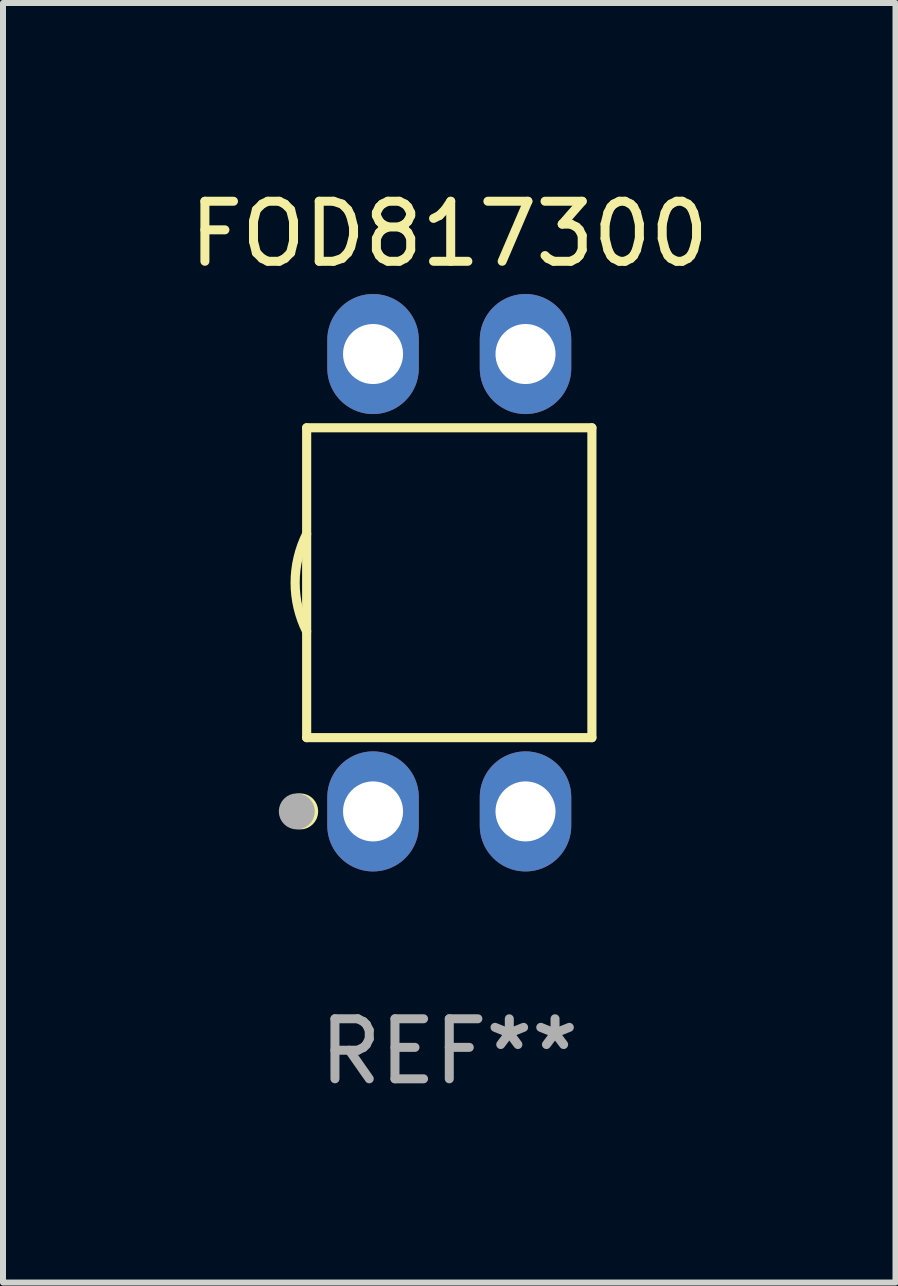
<source format=kicad_pcb>
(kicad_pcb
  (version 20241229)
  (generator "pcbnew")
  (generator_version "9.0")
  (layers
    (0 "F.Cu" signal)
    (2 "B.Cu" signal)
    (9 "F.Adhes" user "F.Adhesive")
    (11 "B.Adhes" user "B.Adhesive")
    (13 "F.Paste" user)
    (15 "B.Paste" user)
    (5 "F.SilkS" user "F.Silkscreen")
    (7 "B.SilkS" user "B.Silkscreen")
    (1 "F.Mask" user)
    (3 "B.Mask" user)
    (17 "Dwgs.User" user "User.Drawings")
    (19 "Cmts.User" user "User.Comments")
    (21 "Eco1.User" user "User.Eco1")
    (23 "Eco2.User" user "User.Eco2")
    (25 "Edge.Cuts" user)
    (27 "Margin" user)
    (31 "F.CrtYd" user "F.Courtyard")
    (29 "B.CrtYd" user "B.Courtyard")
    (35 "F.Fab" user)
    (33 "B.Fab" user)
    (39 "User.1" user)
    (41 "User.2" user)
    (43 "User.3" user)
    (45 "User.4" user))
  (footprint "FOD817300"
    (layer "F.Cu")
    (at 4.435 6.658)
    (property "Reference" "FOD817300" (at 0 -5.81 0) (layer "F.SilkS") (effects (font (size 1 1) (thickness 0.15))))
    (attr through_hole)
    (fp_line (start -2.376 -2.581) (end 2.376 -2.581) (stroke (width 0.152) (type solid)) (layer "F.SilkS"))
    (fp_line (start -2.376 2.581) (end -2.376 -2.581) (stroke (width 0.152) (type solid)) (layer "F.SilkS"))
    (fp_line (start 2.376 -2.581) (end 2.376 2.581) (stroke (width 0.152) (type solid)) (layer "F.SilkS"))
    (fp_line (start 2.376 2.581) (end -2.376 2.581) (stroke (width 0.152) (type solid)) (layer "F.SilkS"))
    (fp_arc (start -2.3762 0.812496) (mid -2.568004 0) (end -2.3762 -0.812497) (stroke (width 0.1524) (type solid)) (layer "F.SilkS"))
    (fp_circle (center -2.484 3.81) (end -2.334 3.81) (stroke (width 0.3) (type solid)) (fill no) (layer "F.SilkS"))
    (fp_circle (center -2.3 3.935) (end -2.27 3.935) (stroke (width 0.06) (type solid)) (fill no) (layer "F.SilkS"))
    (fp_circle (center -2.54 3.81) (end -2.39 3.81) (stroke (width 0.3) (type solid)) (fill no) (layer "F.Fab"))
    (fp_text user "REF**" (at 0 7.81 0) (layer "F.Fab") (effects (font (size 1 1) (thickness 0.15))))
    (pad "1" thru_hole oval (at -1.27 3.81) (size 1.524 2) (drill 1) (layers "*.Cu" "*.Mask"))
    (pad "2" thru_hole oval (at 1.27 3.81) (size 1.524 2) (drill 1) (layers "*.Cu" "*.Mask"))
    (pad "3" thru_hole oval (at 1.27 -3.81) (size 1.524 2) (drill 1) (layers "*.Cu" "*.Mask"))
    (pad "4" thru_hole oval (at -1.27 -3.81) (size 1.524 2) (drill 1) (layers "*.Cu" "*.Mask")))
  (gr_rect
    (start -3 -3)
    (end 11.869 18.317)
    (stroke (width 0.1) (type default))
    (fill no)
    (layer "Edge.Cuts")))
</source>
